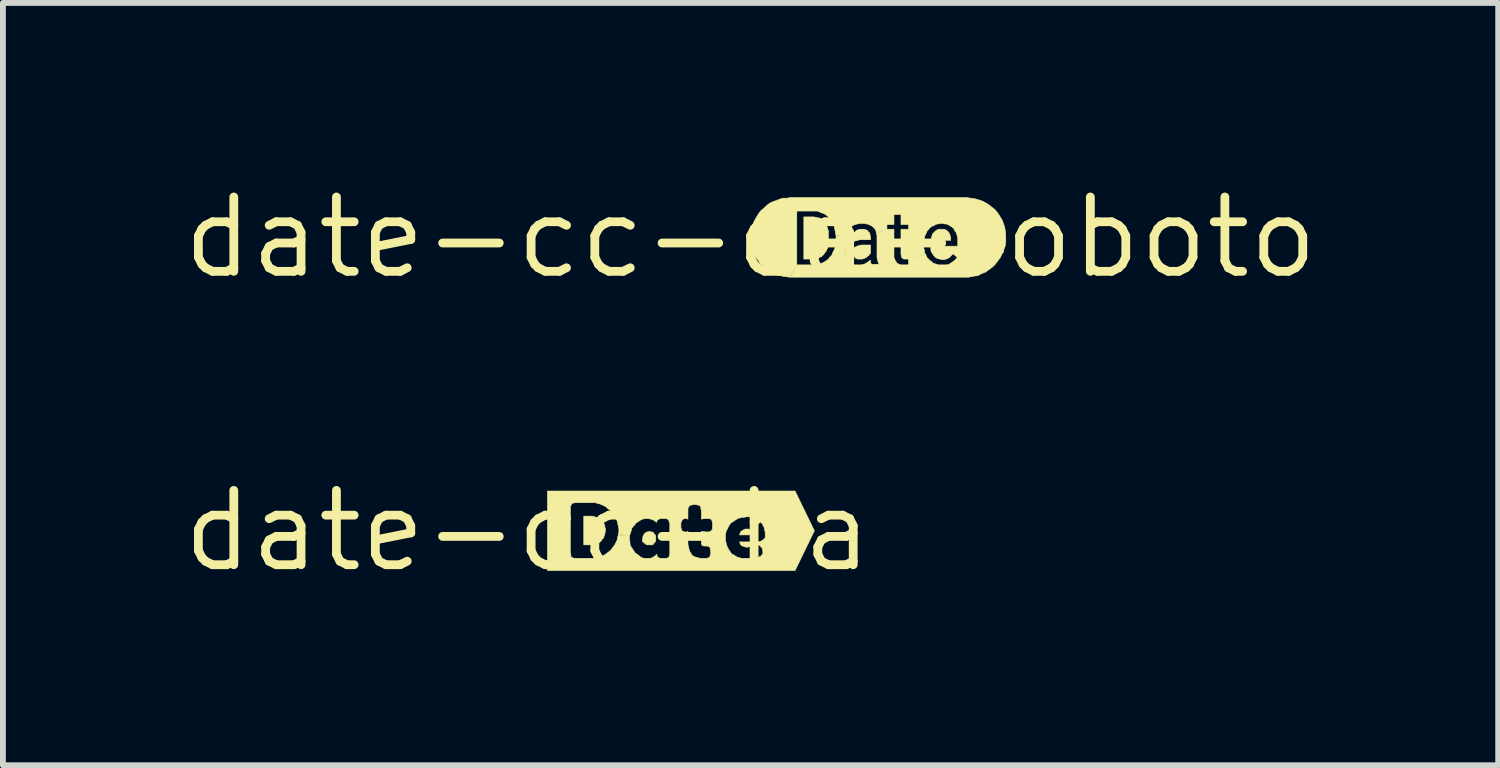
<source format=kicad_pcb>
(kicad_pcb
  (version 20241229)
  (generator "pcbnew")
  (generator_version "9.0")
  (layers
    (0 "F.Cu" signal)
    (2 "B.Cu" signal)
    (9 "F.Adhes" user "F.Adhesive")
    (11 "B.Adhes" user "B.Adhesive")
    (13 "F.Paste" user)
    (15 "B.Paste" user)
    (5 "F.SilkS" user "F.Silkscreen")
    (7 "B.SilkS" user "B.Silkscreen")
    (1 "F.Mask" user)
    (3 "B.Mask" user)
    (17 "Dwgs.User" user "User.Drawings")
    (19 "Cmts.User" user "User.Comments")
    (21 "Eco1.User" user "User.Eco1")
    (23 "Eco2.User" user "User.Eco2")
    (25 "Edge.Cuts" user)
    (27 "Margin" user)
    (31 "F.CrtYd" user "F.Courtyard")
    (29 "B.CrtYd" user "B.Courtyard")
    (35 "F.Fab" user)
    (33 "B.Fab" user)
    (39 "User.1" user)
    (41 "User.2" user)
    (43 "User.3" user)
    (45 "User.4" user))
  (footprint "date-cc-ca-roboto"
    (layer "F.Cu")
    (at 9.774 1.006)
    (property "Reference" "date-cc-ca-roboto" (at 0 0 0) (layer "F.SilkS") (effects (font (size 1.27 1.27) (thickness 0.15))))
    (attr board_only exclude_from_pos_files exclude_from_bom)
    (fp_poly (pts (xy 3.26 -0.14) (xy 3.22 -0.14) (xy 3.19 -0.13) (xy 3.16 -0.11) (xy 3.13 -0.08) (xy 3.11 -0.06) (xy 3.1 -0.03) (xy 3.09 0.01) (xy 3.08 0.05) (xy 3.42 0.05) (xy 3.42 0.01) (xy 3.41 -0.03) (xy 3.4 -0.06) (xy 3.38 -0.09) (xy 3.36 -0.11) (xy 3.33 -0.13) (xy 3.3 -0.14) (xy 3.26 -0.14)) (stroke (width 0.01) (type solid)) (fill yes) (layer "F.SilkS"))
    (fp_poly (pts (xy 1.87 0.37) (xy 1.89 0.37) (xy 1.91 0.37) (xy 1.94 0.36) (xy 1.96 0.35) (xy 1.98 0.34) (xy 2 0.32) (xy 2.02 0.31) (xy 2.03 0.29) (xy 2.05 0.27) (xy 2.05 0.13) (xy 1.92 0.13) (xy 1.89 0.13) (xy 1.85 0.14) (xy 1.82 0.15) (xy 1.8 0.16) (xy 1.78 0.17) (xy 1.76 0.19) (xy 1.75 0.2) (xy 1.75 0.22) (xy 1.74 0.23) (xy 1.74 0.25) (xy 1.74 0.27) (xy 1.74 0.29) (xy 1.75 0.31) (xy 1.76 0.32) (xy 1.77 0.33) (xy 1.78 0.34) (xy 1.8 0.36) (xy 1.83 0.37) (xy 1.87 0.37)) (stroke (width 0.01) (type solid)) (fill yes) (layer "F.SilkS"))
    (fp_poly (pts (xy 0.91 -0.35) (xy 0.91 0.37) (xy 1.07 0.37) (xy 1.11 0.37) (xy 1.15 0.36) (xy 1.18 0.34) (xy 1.21 0.33) (xy 1.23 0.31) (xy 1.25 0.29) (xy 1.27 0.26) (xy 1.29 0.24) (xy 1.3 0.21) (xy 1.32 0.18) (xy 1.33 0.14) (xy 1.33 0.09) (xy 1.33 0.05) (xy 1.33 -0.02) (xy 1.33 -0.06) (xy 1.33 -0.1) (xy 1.32 -0.14) (xy 1.31 -0.17) (xy 1.3 -0.2) (xy 1.29 -0.22) (xy 1.27 -0.25) (xy 1.26 -0.27) (xy 1.24 -0.29) (xy 1.22 -0.3) (xy 1.2 -0.32) (xy 1.18 -0.33) (xy 1.13 -0.34) (xy 1.08 -0.35) (xy 1.05 -0.35) (xy 0.91 -0.35)) (stroke (width 0.01) (type solid)) (fill yes) (layer "F.SilkS"))
    (fp_poly (pts (xy 0.68 -0.68) (xy 0.62 -0.67) (xy 0.55 -0.67) (xy 0.49 -0.65) (xy 0.44 -0.63) (xy 0.38 -0.61) (xy 0.32 -0.58) (xy 0.27 -0.54) (xy 0.23 -0.5) (xy 0.18 -0.46) (xy 0.14 -0.41) (xy 0.11 -0.36) (xy 0.08 -0.31) (xy 0.05 -0.25) (xy 0.03 -0.2) (xy 0.01 -0.14) (xy 0 -0.07) (xy 0 -0.01) (xy 0 0.05) (xy 0.01 0.11) (xy 0.02 0.17) (xy 0.04 0.23) (xy 0.06 0.29) (xy 0.09 0.34) (xy 0.13 0.39) (xy 0.16 0.44) (xy 0.21 0.49) (xy 0.25 0.53) (xy 0.3 0.56) (xy 0.36 0.6) (xy 0.41 0.62) (xy 0.47 0.64) (xy 0.53 0.66) (xy 0.6 0.67) (xy 0.67 0.68) (xy 0.79 0.47) (xy 0.79 -0.45) (xy 1.05 -0.45) (xy 1.1 -0.45) (xy 1.14 -0.45) (xy 1.17 -0.44) (xy 1.21 -0.42) (xy 1.25 -0.41) (xy 1.28 -0.39) (xy 1.32 -0.36) (xy 1.34 -0.33) (xy 1.37 -0.3) (xy 1.39 -0.27) (xy 1.41 -0.23) (xy 1.43 -0.18) (xy 1.44 -0.14) (xy 1.45 -0.08) (xy 1.46 -0.03) (xy 1.63 -0.04) (xy 1.63 -0.06) (xy 1.64 -0.08) (xy 1.65 -0.11) (xy 1.67 -0.13) (xy 1.69 -0.15) (xy 1.71 -0.17) (xy 1.73 -0.19) (xy 1.76 -0.21) (xy 1.79 -0.22) (xy 1.82 -0.23) (xy 1.84 -0.23) (xy 1.87 -0.24) (xy 1.9 -0.24) (xy 1.94 -0.24) (xy 1.97 -0.23) (xy 1.99 -0.23) (xy 2.02 -0.22) (xy 2.04 -0.21) (xy 2.06 -0.2) (xy 2.08 -0.19) (xy 2.1 -0.17) (xy 2.12 -0.15) (xy 2.13 -0.14) (xy 2.14 -0.12) (xy 2.15 -0.08) (xy 2.33 -0.14) (xy 2.33 -0.22) (xy 2.45 -0.22) (xy 2.45 -0.39) (xy 2.57 -0.39) (xy 2.57 -0.22) (xy 2.7 -0.22) (xy 2.7 -0.14) (xy 2.57 -0.14) (xy 2.57 0.29) (xy 2.58 0.33) (xy 2.58 0.34) (xy 2.59 0.35) (xy 2.6 0.36) (xy 2.62 0.37) (xy 2.63 0.37) (xy 2.65 0.37) (xy 2.7 0.37) (xy 2.98 0.28) (xy 2.97 0.25) (xy 2.97 0.22) (xy 2.96 0.19) (xy 2.96 0.15) (xy 2.96 0.1) (xy 2.96 0.07) (xy 2.97 0.03) (xy 2.97 0) (xy 2.98 -0.03) (xy 3 -0.07) (xy 3.01 -0.1) (xy 3.03 -0.12) (xy 3.05 -0.15) (xy 3.07 -0.17) (xy 3.1 -0.19) (xy 3.13 -0.2) (xy 3.16 -0.22) (xy 3.19 -0.23) (xy 3.22 -0.23) (xy 3.25 -0.24) (xy 3.28 -0.24) (xy 3.31 -0.23) (xy 3.34 -0.23) (xy 3.37 -0.22) (xy 3.39 -0.21) (xy 3.42 -0.19) (xy 3.44 -0.18) (xy 3.46 -0.16) (xy 3.48 -0.14) (xy 3.49 -0.11) (xy 3.51 -0.09) (xy 3.52 -0.06) (xy 3.53 -0.03) (xy 3.54 0.01) (xy 3.54 0.04) (xy 3.54 0.08) (xy 3.54 0.15) (xy 3.08 0.15) (xy 3.08 0.19) (xy 3.08 0.22) (xy 3.09 0.25) (xy 3.11 0.28) (xy 3.13 0.31) (xy 3.15 0.33) (xy 3.17 0.35) (xy 3.2 0.36) (xy 3.23 0.37) (xy 3.27 0.38) (xy 3.31 0.38) (xy 3.34 0.37) (xy 3.37 0.36) (xy 3.4 0.34) (xy 3.43 0.31) (xy 3.46 0.28) (xy 3.53 0.34) (xy 3.51 0.37) (xy 3.48 0.4) (xy 3.45 0.42) (xy 3.42 0.44) (xy 3.39 0.46) (xy 3.35 0.47) (xy 3.31 0.47) (xy 3.27 0.47) (xy 3.24 0.47) (xy 3.21 0.47) (xy 3.18 0.46) (xy 3.15 0.45) (xy 3.12 0.44) (xy 3.1 0.42) (xy 3.07 0.4) (xy 3.05 0.38) (xy 3.03 0.36) (xy 3.01 0.34) (xy 3 0.31) (xy 2.99 0.28) (xy 2.7 0.37) (xy 2.7 0.46) (xy 2.67 0.47) (xy 2.63 0.47) (xy 2.6 0.47) (xy 2.57 0.47) (xy 2.54 0.46) (xy 2.52 0.45) (xy 2.5 0.44) (xy 2.49 0.42) (xy 2.47 0.39) (xy 2.46 0.37) (xy 2.45 0.34) (xy 2.45 0.3) (xy 2.45 -0.14) (xy 2.33 -0.14) (xy 2.15 -0.07) (xy 2.16 -0.03) (xy 2.16 0.3) (xy 2.16 0.34) (xy 2.17 0.39) (xy 2.18 0.42) (xy 2.19 0.45) (xy 2.19 0.46) (xy 2.07 0.46) (xy 2.06 0.45) (xy 2.05 0.43) (xy 2.05 0.39) (xy 2.02 0.41) (xy 1.99 0.43) (xy 1.96 0.45) (xy 1.93 0.46) (xy 1.89 0.47) (xy 1.85 0.47) (xy 1.81 0.47) (xy 1.78 0.47) (xy 1.75 0.46) (xy 1.73 0.45) (xy 1.71 0.44) (xy 1.69 0.42) (xy 1.67 0.41) (xy 1.66 0.39) (xy 1.65 0.37) (xy 1.64 0.35) (xy 1.62 0.32) (xy 1.62 0.29) (xy 1.62 0.25) (xy 1.63 0.21) (xy 1.64 0.18) (xy 1.65 0.15) (xy 1.67 0.13) (xy 1.7 0.1) (xy 1.73 0.08) (xy 1.76 0.07) (xy 1.79 0.06) (xy 1.83 0.05) (xy 1.87 0.04) (xy 1.9 0.04) (xy 2.05 0.04) (xy 2.05 -0.01) (xy 2.04 -0.04) (xy 2.04 -0.06) (xy 2.03 -0.08) (xy 2.01 -0.1) (xy 1.99 -0.12) (xy 1.97 -0.13) (xy 1.94 -0.14) (xy 1.91 -0.14) (xy 1.87 -0.14) (xy 1.84 -0.13) (xy 1.81 -0.12) (xy 1.79 -0.1) (xy 1.77 -0.08) (xy 1.76 -0.06) (xy 1.75 -0.03) (xy 1.63 -0.03) (xy 1.46 -0.02) (xy 1.46 0.05) (xy 1.45 0.09) (xy 1.45 0.14) (xy 1.44 0.19) (xy 1.42 0.23) (xy 1.4 0.27) (xy 1.39 0.3) (xy 1.36 0.33) (xy 1.34 0.36) (xy 1.32 0.38) (xy 1.29 0.4) (xy 1.26 0.42) (xy 1.22 0.44) (xy 1.19 0.45) (xy 1.13 0.47) (xy 1.07 0.47) (xy 0.79 0.47) (xy 0.68 0.68) (xy 3.69 0.68) (xy 3.73 0.68) (xy 3.77 0.67) (xy 3.83 0.66) (xy 3.88 0.65) (xy 3.92 0.63) (xy 3.97 0.61) (xy 4.02 0.59) (xy 4.06 0.56) (xy 4.1 0.53) (xy 4.14 0.5) (xy 4.18 0.46) (xy 4.21 0.42) (xy 4.24 0.38) (xy 4.27 0.34) (xy 4.29 0.29) (xy 4.32 0.25) (xy 4.33 0.2) (xy 4.35 0.15) (xy 4.36 0.08) (xy 4.36 0.02) (xy 4.36 -0.05) (xy 4.35 -0.12) (xy 4.34 -0.18) (xy 4.32 -0.24) (xy 4.29 -0.3) (xy 4.26 -0.36) (xy 4.22 -0.42) (xy 4.18 -0.47) (xy 4.13 -0.51) (xy 4.08 -0.55) (xy 4.02 -0.59) (xy 3.96 -0.62) (xy 3.9 -0.64) (xy 3.83 -0.66) (xy 3.76 -0.67) (xy 3.69 -0.68) (xy 0.68 -0.68)) (stroke (width 0.01) (type solid)) (fill yes) (layer "F.SilkS")))
  (footprint "date-cc-ha"
    (layer "F.Cu")
    (at 5.964 6.019)
    (property "Reference" "date-cc-ha" (at 0 0 0) (layer "F.SilkS") (effects (font (size 1.27 1.27) (thickness 0.15))))
    (attr board_only exclude_from_pos_files exclude_from_bom)
    (fp_poly (pts (xy 3.79 0.07) (xy 3.8 0.07) (xy 3.81 0.07) (xy 3.82 0.07) (xy 3.83 0.06) (xy 3.83 0.05) (xy 3.83 0.04) (xy 3.83 0.02) (xy 3.83 0.01) (xy 3.82 -0.01) (xy 3.8 -0.02) (xy 3.78 -0.03) (xy 3.75 -0.03) (xy 3.72 -0.03) (xy 3.7 -0.02) (xy 3.68 -0.01) (xy 3.66 0) (xy 3.64 0.02) (xy 3.63 0.04) (xy 3.63 0.06) (xy 3.62 0.07) (xy 3.79 0.07)) (stroke (width 0.01) (type solid)) (fill yes) (layer "F.SilkS"))
    (fp_poly (pts (xy 1.18 0.24) (xy 1.26 0.17) (xy 1.27 0.15) (xy 1.3 0.12) (xy 1.31 0.08) (xy 1.32 0.06) (xy 1.32 0.04) (xy 1.33 0.01) (xy 1.33 -0.01) (xy 1.33 -0.04) (xy 1.32 -0.06) (xy 1.32 -0.08) (xy 1.31 -0.11) (xy 1.3 -0.13) (xy 1.29 -0.15) (xy 1.25 -0.18) (xy 1.22 -0.21) (xy 1.2 -0.22) (xy 1.18 -0.23) (xy 1.14 -0.24) (xy 1.11 -0.25) (xy 0.96 -0.25) (xy 0.96 0.24) (xy 1.18 0.24)) (stroke (width 0.01) (type solid)) (fill yes) (layer "F.SilkS"))
    (fp_poly (pts (xy 1.96 0.18) (xy 2.01 0.22) (xy 2.02 0.23) (xy 2.04 0.24) (xy 2.06 0.24) (xy 2.08 0.24) (xy 2.11 0.24) (xy 2.13 0.24) (xy 2.15 0.23) (xy 2.16 0.21) (xy 2.18 0.19) (xy 2.19 0.17) (xy 2.19 0.15) (xy 2.19 0.13) (xy 2.19 0.11) (xy 2.19 0.09) (xy 2.18 0.07) (xy 2.16 0.05) (xy 2.15 0.03) (xy 2.13 0.02) (xy 2.11 0.02) (xy 2.08 0.01) (xy 2.06 0.02) (xy 2.04 0.02) (xy 2.02 0.03) (xy 2 0.05) (xy 1.99 0.06) (xy 1.98 0.08) (xy 1.97 0.1) (xy 1.97 0.12) (xy 1.96 0.18)) (stroke (width 0.01) (type solid)) (fill yes) (layer "F.SilkS"))
    (fp_poly (pts (xy 0.68 -0.68) (xy 0.34 -0.68) (xy 0.34 0.68) (xy 4.57 0.68) (xy 4.9 0) (xy 4.57 -0.68) (xy 0.68 -0.68) (xy 0.76 -0.47) (xy 0.78 -0.47) (xy 0.8 -0.48) (xy 0.85 -0.48) (xy 1.09 -0.48) (xy 1.12 -0.48) (xy 1.16 -0.48) (xy 1.19 -0.47) (xy 1.23 -0.46) (xy 1.26 -0.45) (xy 1.3 -0.43) (xy 1.34 -0.41) (xy 1.37 -0.38) (xy 1.41 -0.35) (xy 1.44 -0.32) (xy 1.47 -0.28) (xy 1.49 -0.25) (xy 1.51 -0.21) (xy 1.53 -0.17) (xy 1.54 -0.13) (xy 1.55 -0.08) (xy 1.56 -0.03) (xy 1.56 0.02) (xy 1.55 0.06) (xy 1.74 0.09) (xy 1.75 0.06) (xy 1.76 0.03) (xy 1.77 0) (xy 1.78 -0.04) (xy 1.8 -0.07) (xy 1.83 -0.1) (xy 1.85 -0.13) (xy 1.88 -0.15) (xy 1.91 -0.17) (xy 1.94 -0.19) (xy 1.97 -0.2) (xy 2.01 -0.21) (xy 2.04 -0.21) (xy 2.07 -0.21) (xy 2.1 -0.2) (xy 2.14 -0.19) (xy 2.17 -0.17) (xy 2.19 -0.16) (xy 2.2 -0.14) (xy 2.2 -0.15) (xy 2.21 -0.17) (xy 2.22 -0.18) (xy 2.23 -0.19) (xy 2.24 -0.2) (xy 2.25 -0.2) (xy 2.27 -0.21) (xy 2.29 -0.21) (xy 2.35 -0.21) (xy 2.37 -0.21) (xy 2.39 -0.2) (xy 2.4 -0.19) (xy 2.41 -0.19) (xy 2.42 -0.15) (xy 2.43 -0.13) (xy 2.43 -0.1) (xy 2.62 -0.09) (xy 2.62 -0.14) (xy 2.63 -0.16) (xy 2.64 -0.18) (xy 2.66 -0.2) (xy 2.68 -0.21) (xy 2.7 -0.21) (xy 2.74 -0.2) (xy 2.74 -0.38) (xy 2.75 -0.4) (xy 2.76 -0.42) (xy 2.77 -0.43) (xy 2.79 -0.44) (xy 2.81 -0.44) (xy 2.83 -0.45) (xy 2.86 -0.45) (xy 2.88 -0.45) (xy 2.9 -0.44) (xy 2.92 -0.44) (xy 2.94 -0.43) (xy 2.95 -0.42) (xy 2.96 -0.41) (xy 2.96 -0.4) (xy 2.96 -0.38) (xy 2.97 -0.34) (xy 2.97 -0.2) (xy 3.04 -0.21) (xy 3.09 -0.21) (xy 3.13 -0.2) (xy 3.14 -0.19) (xy 3.15 -0.18) (xy 3.15 -0.16) (xy 3.16 -0.15) (xy 3.16 -0.1) (xy 3.16 -0.05) (xy 3.16 -0.03) (xy 3.39 0.02) (xy 3.4 -0.01) (xy 3.42 -0.04) (xy 3.43 -0.07) (xy 3.45 -0.1) (xy 3.47 -0.13) (xy 3.5 -0.15) (xy 3.53 -0.17) (xy 3.56 -0.19) (xy 3.59 -0.21) (xy 3.63 -0.22) (xy 3.66 -0.23) (xy 3.7 -0.23) (xy 3.74 -0.24) (xy 3.78 -0.24) (xy 3.82 -0.23) (xy 3.85 -0.23) (xy 3.88 -0.22) (xy 3.91 -0.2) (xy 3.94 -0.18) (xy 3.97 -0.16) (xy 3.99 -0.14) (xy 4.01 -0.12) (xy 4.02 -0.1) (xy 4.04 -0.06) (xy 4.05 -0.03) (xy 4.05 -0.01) (xy 4.06 0.02) (xy 4.06 0.12) (xy 4.02 0.16) (xy 4 0.17) (xy 3.98 0.18) (xy 3.95 0.19) (xy 3.93 0.19) (xy 3.62 0.19) (xy 3.63 0.2) (xy 3.63 0.22) (xy 3.64 0.23) (xy 3.64 0.24) (xy 3.67 0.26) (xy 3.71 0.27) (xy 3.73 0.28) (xy 3.75 0.28) (xy 3.82 0.27) (xy 3.86 0.27) (xy 3.89 0.25) (xy 3.91 0.25) (xy 3.93 0.24) (xy 3.94 0.24) (xy 3.96 0.25) (xy 3.98 0.26) (xy 3.99 0.28) (xy 4.01 0.3) (xy 4.02 0.35) (xy 4.02 0.36) (xy 4.02 0.38) (xy 4.02 0.39) (xy 4.01 0.4) (xy 4 0.42) (xy 3.99 0.43) (xy 3.97 0.44) (xy 3.95 0.45) (xy 3.9 0.46) (xy 3.85 0.47) (xy 3.78 0.47) (xy 3.73 0.47) (xy 3.69 0.47) (xy 3.65 0.47) (xy 3.62 0.46) (xy 3.58 0.45) (xy 3.55 0.43) (xy 3.52 0.41) (xy 3.49 0.4) (xy 3.47 0.37) (xy 3.45 0.34) (xy 3.43 0.31) (xy 3.41 0.27) (xy 3.4 0.24) (xy 3.39 0.2) (xy 3.38 0.17) (xy 3.38 0.13) (xy 3.38 0.09) (xy 3.38 0.06) (xy 3.39 0.02) (xy 3.16 -0.03) (xy 3.15 -0.02) (xy 3.14 0) (xy 3.13 0.01) (xy 3.09 0.02) (xy 3.05 0.02) (xy 2.97 0.01) (xy 2.97 0.2) (xy 2.97 0.22) (xy 2.98 0.24) (xy 2.98 0.25) (xy 2.99 0.25) (xy 3.01 0.26) (xy 3.05 0.26) (xy 3.07 0.26) (xy 3.1 0.27) (xy 3.11 0.28) (xy 3.12 0.29) (xy 3.12 0.31) (xy 3.13 0.35) (xy 3.13 0.4) (xy 3.12 0.42) (xy 3.12 0.43) (xy 3.11 0.45) (xy 3.1 0.46) (xy 3.06 0.47) (xy 3.04 0.47) (xy 2.99 0.47) (xy 2.95 0.47) (xy 2.91 0.46) (xy 2.87 0.45) (xy 2.85 0.44) (xy 2.83 0.43) (xy 2.81 0.42) (xy 2.8 0.4) (xy 2.79 0.38) (xy 2.78 0.37) (xy 2.77 0.35) (xy 2.76 0.32) (xy 2.75 0.28) (xy 2.74 0.23) (xy 2.74 0.01) (xy 2.72 0.02) (xy 2.69 0.02) (xy 2.67 0.02) (xy 2.66 0.01) (xy 2.64 0) (xy 2.63 -0.01) (xy 2.63 -0.03) (xy 2.62 -0.05) (xy 2.62 -0.09) (xy 2.43 -0.1) (xy 2.43 0.36) (xy 2.43 0.4) (xy 2.42 0.44) (xy 2.41 0.45) (xy 2.4 0.46) (xy 2.38 0.47) (xy 2.37 0.47) (xy 2.35 0.47) (xy 2.32 0.47) (xy 2.29 0.47) (xy 2.27 0.47) (xy 2.24 0.46) (xy 2.23 0.46) (xy 2.22 0.45) (xy 2.22 0.44) (xy 2.21 0.43) (xy 2.21 0.41) (xy 2.21 0.4) (xy 2.19 0.42) (xy 2.16 0.44) (xy 2.13 0.46) (xy 2.1 0.47) (xy 2.06 0.47) (xy 2.02 0.47) (xy 1.99 0.47) (xy 1.95 0.46) (xy 1.92 0.44) (xy 1.9 0.42) (xy 1.87 0.4) (xy 1.84 0.38) (xy 1.82 0.35) (xy 1.8 0.32) (xy 1.78 0.29) (xy 1.76 0.26) (xy 1.75 0.23) (xy 1.75 0.19) (xy 1.74 0.16) (xy 1.74 0.13) (xy 1.74 0.09) (xy 1.55 0.07) (xy 1.54 0.11) (xy 1.53 0.16) (xy 1.51 0.2) (xy 1.49 0.24) (xy 1.46 0.28) (xy 1.43 0.32) (xy 1.4 0.35) (xy 1.36 0.38) (xy 1.32 0.41) (xy 1.28 0.43) (xy 1.24 0.45) (xy 1.19 0.46) (xy 1.14 0.47) (xy 1.09 0.47) (xy 0.84 0.47) (xy 0.82 0.47) (xy 0.79 0.47) (xy 0.77 0.46) (xy 0.75 0.45) (xy 0.74 0.44) (xy 0.74 0.41) (xy 0.73 0.37) (xy 0.73 -0.42) (xy 0.74 -0.43) (xy 0.75 -0.45) (xy 0.75 -0.46) (xy 0.76 -0.47) (xy 0.68 -0.68)) (stroke (width 0.01) (type solid)) (fill yes) (layer "F.SilkS")))
  (gr_rect
    (start -3 -3)
    (end 22.548 10.025)
    (stroke (width 0.1) (type default))
    (fill no)
    (layer "Edge.Cuts")))
</source>
